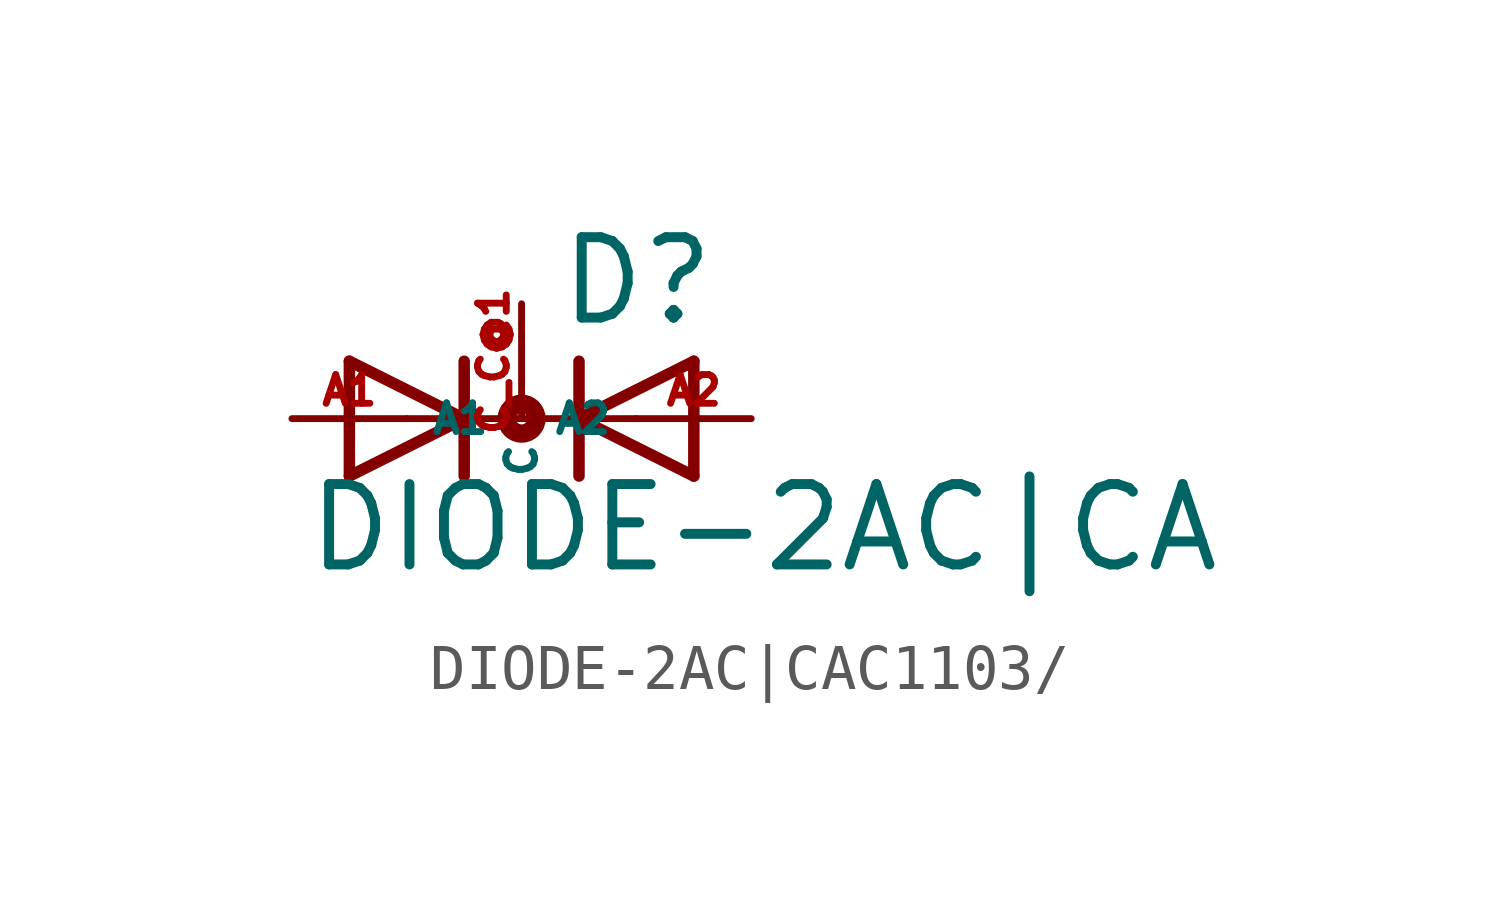
<source format=kicad_sym>
(kicad_symbol_lib
  (version 20220914)
  (generator Eagle2Kicad)
  (symbol "DIODE-2AC|CAC1103/"
    (property "Reference" "D"
      (at 0.762 2.007 0)
      (effects (font (size 1.778 1.778) (thickness 0.22)) (justify left bottom)))
    (property "Value" "DIODE-2AC|CA"
      (at -4.826 -3.454 0)
      (effects (font (size 1.778 1.778) (thickness 0.22)) (justify left bottom)))
    (polyline
      (pts (xy -3.81 -1.27) (xy -1.27 0))
      (stroke (width 0.254) (type default))
      (fill (type none)))
    (polyline
      (pts (xy -1.27 0) (xy -3.81 1.27))
      (stroke (width 0.254) (type default))
      (fill (type none)))
    (polyline
      (pts (xy -1.27 1.27) (xy -1.27 0))
      (stroke (width 0.254) (type default))
      (fill (type none)))
    (polyline
      (pts (xy -2.54 0) (xy -1.27 0))
      (stroke (width 0.152) (type default))
      (fill (type none)))
    (polyline
      (pts (xy -3.81 1.27) (xy -3.81 -1.27))
      (stroke (width 0.254) (type default))
      (fill (type none)))
    (polyline
      (pts (xy -1.27 0) (xy -1.27 -1.27))
      (stroke (width 0.254) (type default))
      (fill (type none)))
    (polyline
      (pts (xy 3.81 1.27) (xy 1.27 0))
      (stroke (width 0.254) (type default))
      (fill (type none)))
    (polyline
      (pts (xy 1.27 0) (xy 3.81 -1.27))
      (stroke (width 0.254) (type default))
      (fill (type none)))
    (polyline
      (pts (xy 1.27 -1.27) (xy 1.27 0))
      (stroke (width 0.254) (type default))
      (fill (type none)))
    (polyline
      (pts (xy -1.27 0) (xy 1.27 0))
      (stroke (width 0.152) (type default))
      (fill (type none)))
    (polyline
      (pts (xy 2.54 0) (xy 1.27 0))
      (stroke (width 0.152) (type default))
      (fill (type none)))
    (polyline
      (pts (xy 3.81 -1.27) (xy 3.81 1.27))
      (stroke (width 0.254) (type default))
      (fill (type none)))
    (polyline
      (pts (xy 1.27 0) (xy 1.27 1.27))
      (stroke (width 0.254) (type default))
      (fill (type none)))
    (circle
      (center 0 0)
      (radius 0.127)
      (stroke (width 0.406) (type default))
      (fill (type none)))
    (pin passive line
      (at -5.08 0 0)
      (length 2.54)
      (name "A1" (effects (font (size 0.635 0.635) (thickness 0.08)) (justify left bottom)))
      (number "A1" (effects (font (size 0.635 0.635) (thickness 0.08)) (justify left bottom))))
    (pin passive line
      (at 5.08 0 180)
      (length 2.54)
      (name "A2" (effects (font (size 0.635 0.635) (thickness 0.08)) (justify left bottom)))
      (number "A2" (effects (font (size 0.635 0.635) (thickness 0.08)) (justify left bottom))))
    (pin passive line
      (at 0 2.54 270)
      (length 2.54)
      (name "C" (effects (font (size 0.635 0.635) (thickness 0.08)) (justify left bottom)))
      (number "C C@1" (effects (font (size 0.635 0.635) (thickness 0.08)) (justify left bottom))))))
</source>
